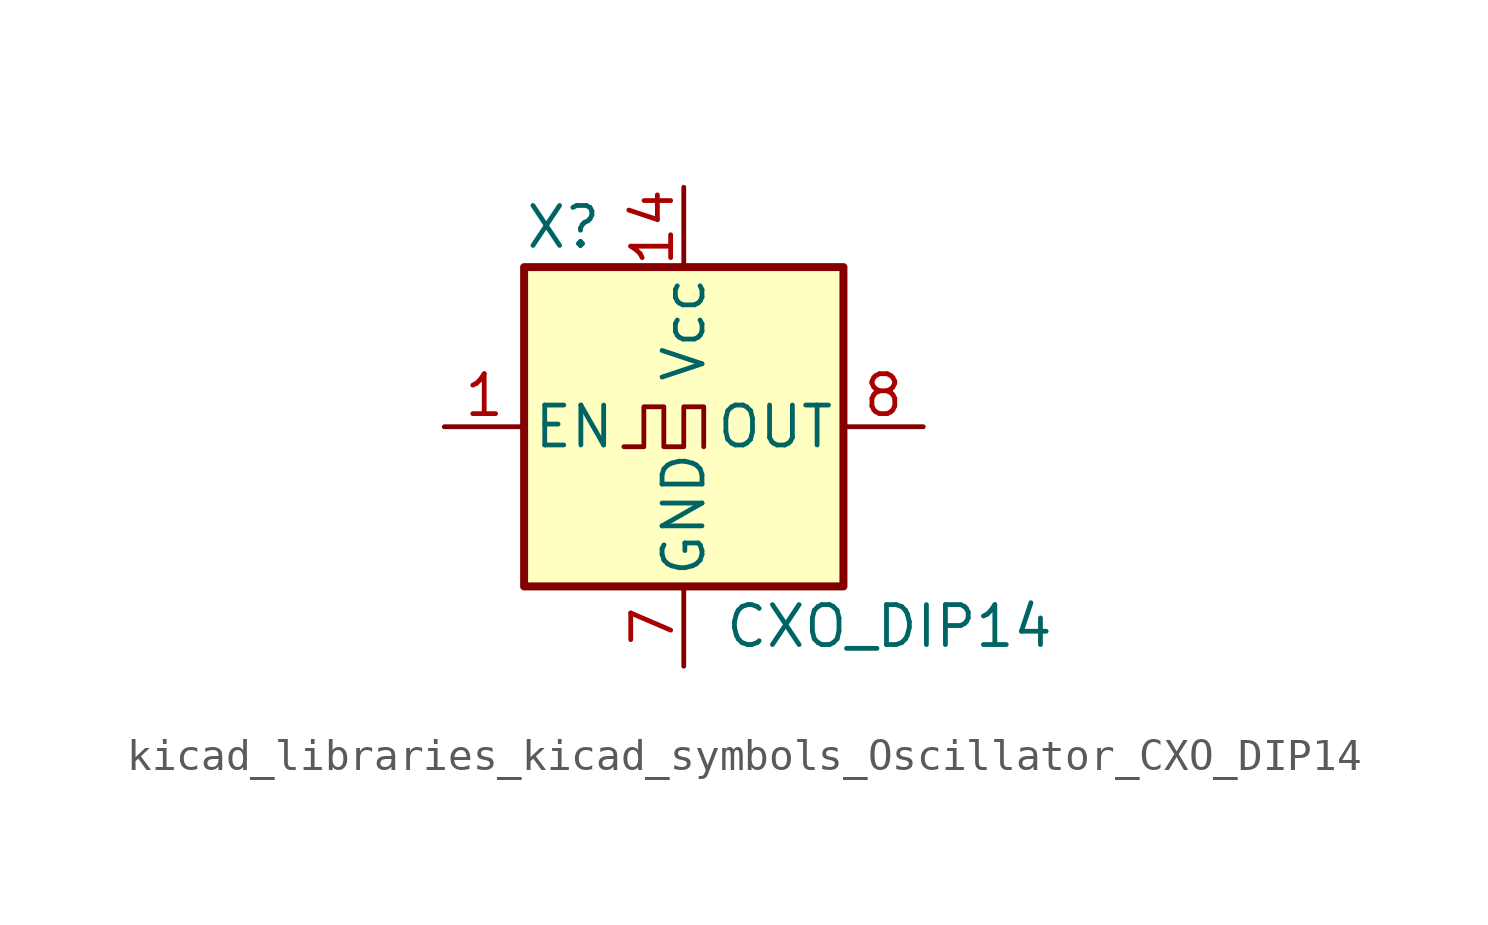
<source format=kicad_sym>
(kicad_symbol_lib
  (version 20220914)
  (generator kicad_symbol_editor)
  (symbol "kicad_libraries_kicad_symbols_Oscillator_CXO_DIP14"
    (pin_names
      (offset 0.254))
    (property "Reference" "X"
      (at -5.08 6.35 0)
      (effects (font (size 1.27 1.27)) (justify left)))
    (property "Value" "CXO_DIP14"
      (at 1.27 -6.35 0)
      (effects (font (size 1.27 1.27)) (justify left)))
    (symbol "kicad_libraries_kicad_symbols_Oscillator_CXO_DIP14_0_1"
      (rectangle (start -5.08 5.08) (end 5.08 -5.08) (stroke (width 0.254) (type default)) (fill (type background)))
      (polyline (pts (xy -1.905 -0.635) (xy -1.27 -0.635) (xy -1.27 0.635) (xy -0.635 0.635) (xy -0.635 -0.635) (xy 0 -0.635) (xy 0 0.635) (xy 0.635 0.635) (xy 0.635 -0.635)) (stroke (width 0) (type default)) (fill (type none))))
    (symbol "kicad_libraries_kicad_symbols_Oscillator_CXO_DIP14_1_1"
      (pin input line (at -7.62 0 0) (length 2.54) (name "EN" (effects (font (size 1.27 1.27)))) (number "1" (effects (font (size 1.27 1.27)))))
      (pin power_in line (at 0 7.62 270) (length 2.54) (name "Vcc" (effects (font (size 1.27 1.27)))) (number "14" (effects (font (size 1.27 1.27)))))
      (pin power_in line (at 0 -7.62 90) (length 2.54) (name "GND" (effects (font (size 1.27 1.27)))) (number "7" (effects (font (size 1.27 1.27)))))
      (pin output line (at 7.62 0 180) (length 2.54) (name "OUT" (effects (font (size 1.27 1.27)))) (number "8" (effects (font (size 1.27 1.27))))))))
</source>
